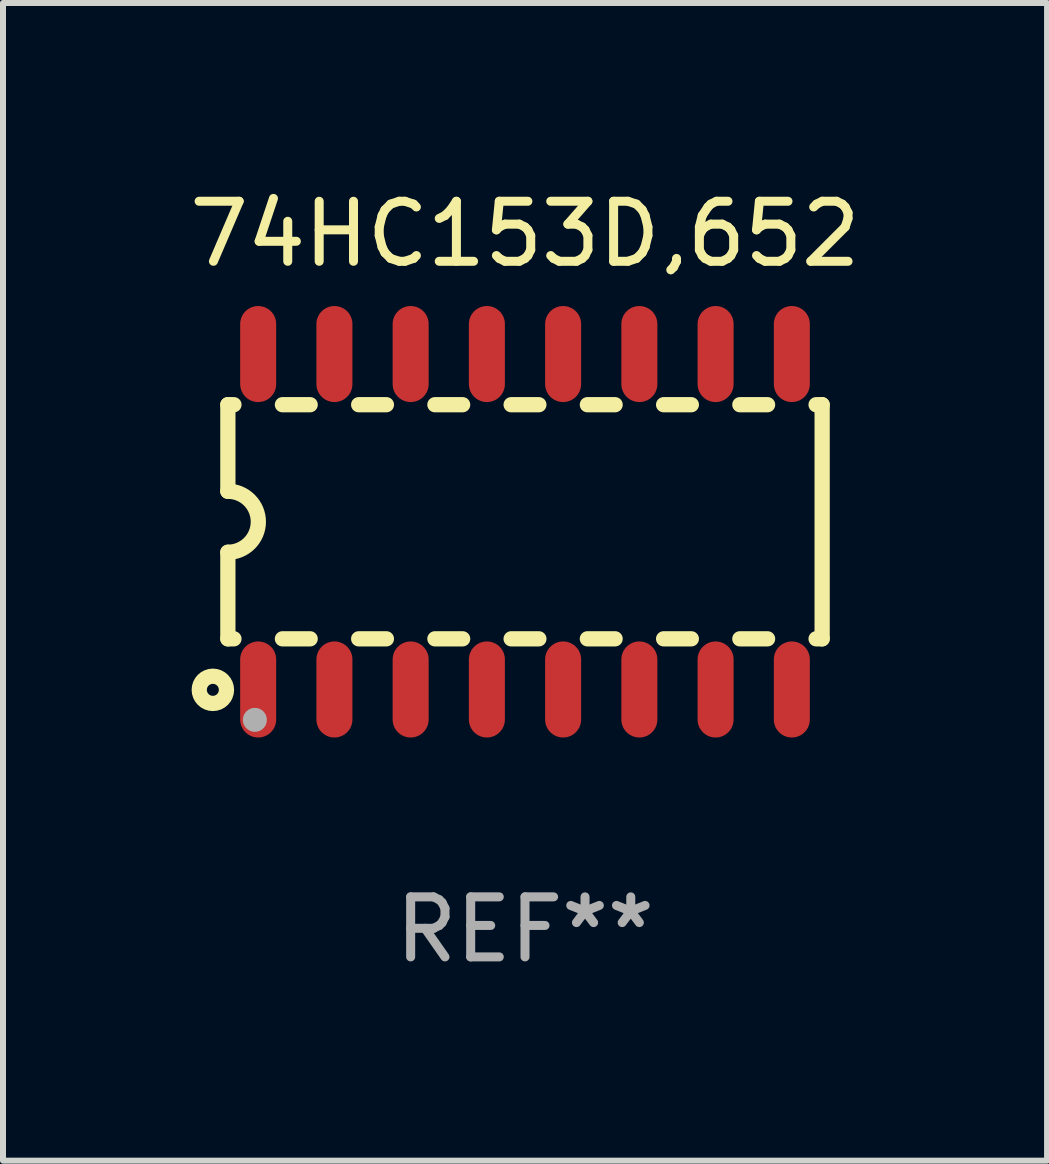
<source format=kicad_pcb>
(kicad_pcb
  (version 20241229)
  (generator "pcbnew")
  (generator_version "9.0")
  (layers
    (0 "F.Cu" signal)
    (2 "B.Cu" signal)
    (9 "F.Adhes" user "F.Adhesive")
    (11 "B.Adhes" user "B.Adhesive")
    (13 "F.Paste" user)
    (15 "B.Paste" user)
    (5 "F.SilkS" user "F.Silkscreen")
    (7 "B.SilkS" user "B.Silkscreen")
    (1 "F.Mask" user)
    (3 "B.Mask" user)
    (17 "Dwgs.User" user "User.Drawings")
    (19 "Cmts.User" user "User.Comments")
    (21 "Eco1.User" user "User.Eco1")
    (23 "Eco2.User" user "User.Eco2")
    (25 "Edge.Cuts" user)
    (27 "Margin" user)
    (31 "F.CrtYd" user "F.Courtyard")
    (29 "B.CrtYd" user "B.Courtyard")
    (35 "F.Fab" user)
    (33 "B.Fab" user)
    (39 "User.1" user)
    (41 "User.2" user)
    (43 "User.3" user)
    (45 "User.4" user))
  (footprint "74HC153D,652"
    (layer "F.Cu")
    (at 5.696 5.642)
    (property "Reference" "74HC153D,652" (at 0 -4.794 0) (layer "F.SilkS") (effects (font (size 1 1) (thickness 0.15))))
    (attr through_hole)
    (fp_line (start -4.95 -1.95) (end -4.95 -0.508) (stroke (width 0.254) (type solid)) (layer "F.SilkS"))
    (fp_line (start -4.95 -1.95) (end -4.849 -1.95) (stroke (width 0.254) (type solid)) (layer "F.SilkS"))
    (fp_line (start -4.95 1.95) (end -4.95 0.508) (stroke (width 0.254) (type solid)) (layer "F.SilkS"))
    (fp_line (start -4.95 1.95) (end -4.849 1.95) (stroke (width 0.254) (type solid)) (layer "F.SilkS"))
    (fp_line (start -4.041 -1.95) (end -3.579 -1.95) (stroke (width 0.254) (type solid)) (layer "F.SilkS"))
    (fp_line (start -4.041 1.95) (end -3.579 1.95) (stroke (width 0.254) (type solid)) (layer "F.SilkS"))
    (fp_line (start -2.771 -1.95) (end -2.309 -1.95) (stroke (width 0.254) (type solid)) (layer "F.SilkS"))
    (fp_line (start -2.771 1.95) (end -2.309 1.95) (stroke (width 0.254) (type solid)) (layer "F.SilkS"))
    (fp_line (start -1.501 -1.95) (end -1.039 -1.95) (stroke (width 0.254) (type solid)) (layer "F.SilkS"))
    (fp_line (start -1.501 1.95) (end -1.039 1.95) (stroke (width 0.254) (type solid)) (layer "F.SilkS"))
    (fp_line (start -0.231 -1.95) (end 0.231 -1.95) (stroke (width 0.254) (type solid)) (layer "F.SilkS"))
    (fp_line (start -0.231 1.95) (end 0.231 1.95) (stroke (width 0.254) (type solid)) (layer "F.SilkS"))
    (fp_line (start 1.039 -1.95) (end 1.501 -1.95) (stroke (width 0.254) (type solid)) (layer "F.SilkS"))
    (fp_line (start 1.039 1.95) (end 1.501 1.95) (stroke (width 0.254) (type solid)) (layer "F.SilkS"))
    (fp_line (start 2.309 -1.95) (end 2.771 -1.95) (stroke (width 0.254) (type solid)) (layer "F.SilkS"))
    (fp_line (start 2.309 1.95) (end 2.771 1.95) (stroke (width 0.254) (type solid)) (layer "F.SilkS"))
    (fp_line (start 3.579 -1.95) (end 4.041 -1.95) (stroke (width 0.254) (type solid)) (layer "F.SilkS"))
    (fp_line (start 3.579 1.95) (end 4.041 1.95) (stroke (width 0.254) (type solid)) (layer "F.SilkS"))
    (fp_line (start 4.849 -1.95) (end 4.95 -1.95) (stroke (width 0.254) (type solid)) (layer "F.SilkS"))
    (fp_line (start 4.849 1.95) (end 4.95 1.95) (stroke (width 0.254) (type solid)) (layer "F.SilkS"))
    (fp_line (start 4.95 -1.95) (end 4.95 1.95) (stroke (width 0.254) (type solid)) (layer "F.SilkS"))
    (fp_arc (start -4.95047 -0.508001) (mid -4.442469 -0.000228) (end -4.950013 0.508001) (stroke (width 0.254001) (type solid)) (layer "F.SilkS"))
    (fp_circle (center -5.2 2.8) (end -5.1 2.8) (stroke (width 0.254) (type solid)) (fill no) (layer "F.SilkS"))
    (fp_circle (center -4.95 2.947) (end -4.92 2.947) (stroke (width 0.06) (type solid)) (fill no) (layer "F.SilkS"))
    (fp_circle (center -4.5 3.3) (end -4.4 3.3) (stroke (width 0.2) (type solid)) (fill no) (layer "F.Fab"))
    (fp_text user "REF**" (at 0 6.794 0) (layer "F.Fab") (effects (font (size 1 1) (thickness 0.15))))
    (pad "1" smd oval (at -4.445 2.794) (size 0.6 1.6) (layers "F.Cu" "F.Mask" "F.Paste"))
    (pad "2" smd oval (at -3.175 2.794) (size 0.6 1.6) (layers "F.Cu" "F.Mask" "F.Paste"))
    (pad "3" smd oval (at -1.905 2.794) (size 0.6 1.6) (layers "F.Cu" "F.Mask" "F.Paste"))
    (pad "4" smd oval (at -0.635 2.794) (size 0.6 1.6) (layers "F.Cu" "F.Mask" "F.Paste"))
    (pad "5" smd oval (at 0.635 2.794) (size 0.6 1.6) (layers "F.Cu" "F.Mask" "F.Paste"))
    (pad "6" smd oval (at 1.905 2.794) (size 0.6 1.6) (layers "F.Cu" "F.Mask" "F.Paste"))
    (pad "7" smd oval (at 3.175 2.794) (size 0.6 1.6) (layers "F.Cu" "F.Mask" "F.Paste"))
    (pad "8" smd oval (at 4.445 2.794) (size 0.6 1.6) (layers "F.Cu" "F.Mask" "F.Paste"))
    (pad "9" smd oval (at 4.445 -2.794) (size 0.6 1.6) (layers "F.Cu" "F.Mask" "F.Paste"))
    (pad "10" smd oval (at 3.175 -2.794) (size 0.6 1.6) (layers "F.Cu" "F.Mask" "F.Paste"))
    (pad "11" smd oval (at 1.905 -2.794) (size 0.6 1.6) (layers "F.Cu" "F.Mask" "F.Paste"))
    (pad "12" smd oval (at 0.635 -2.794) (size 0.6 1.6) (layers "F.Cu" "F.Mask" "F.Paste"))
    (pad "13" smd oval (at -0.635 -2.794) (size 0.6 1.6) (layers "F.Cu" "F.Mask" "F.Paste"))
    (pad "14" smd oval (at -1.905 -2.794) (size 0.6 1.6) (layers "F.Cu" "F.Mask" "F.Paste"))
    (pad "15" smd oval (at -3.175 -2.794) (size 0.6 1.6) (layers "F.Cu" "F.Mask" "F.Paste"))
    (pad "16" smd oval (at -4.445 -2.794) (size 0.6 1.6) (layers "F.Cu" "F.Mask" "F.Paste")))
  (gr_rect
    (start -3 -3)
    (end 14.393 16.285)
    (stroke (width 0.1) (type default))
    (fill no)
    (layer "Edge.Cuts")))
</source>
